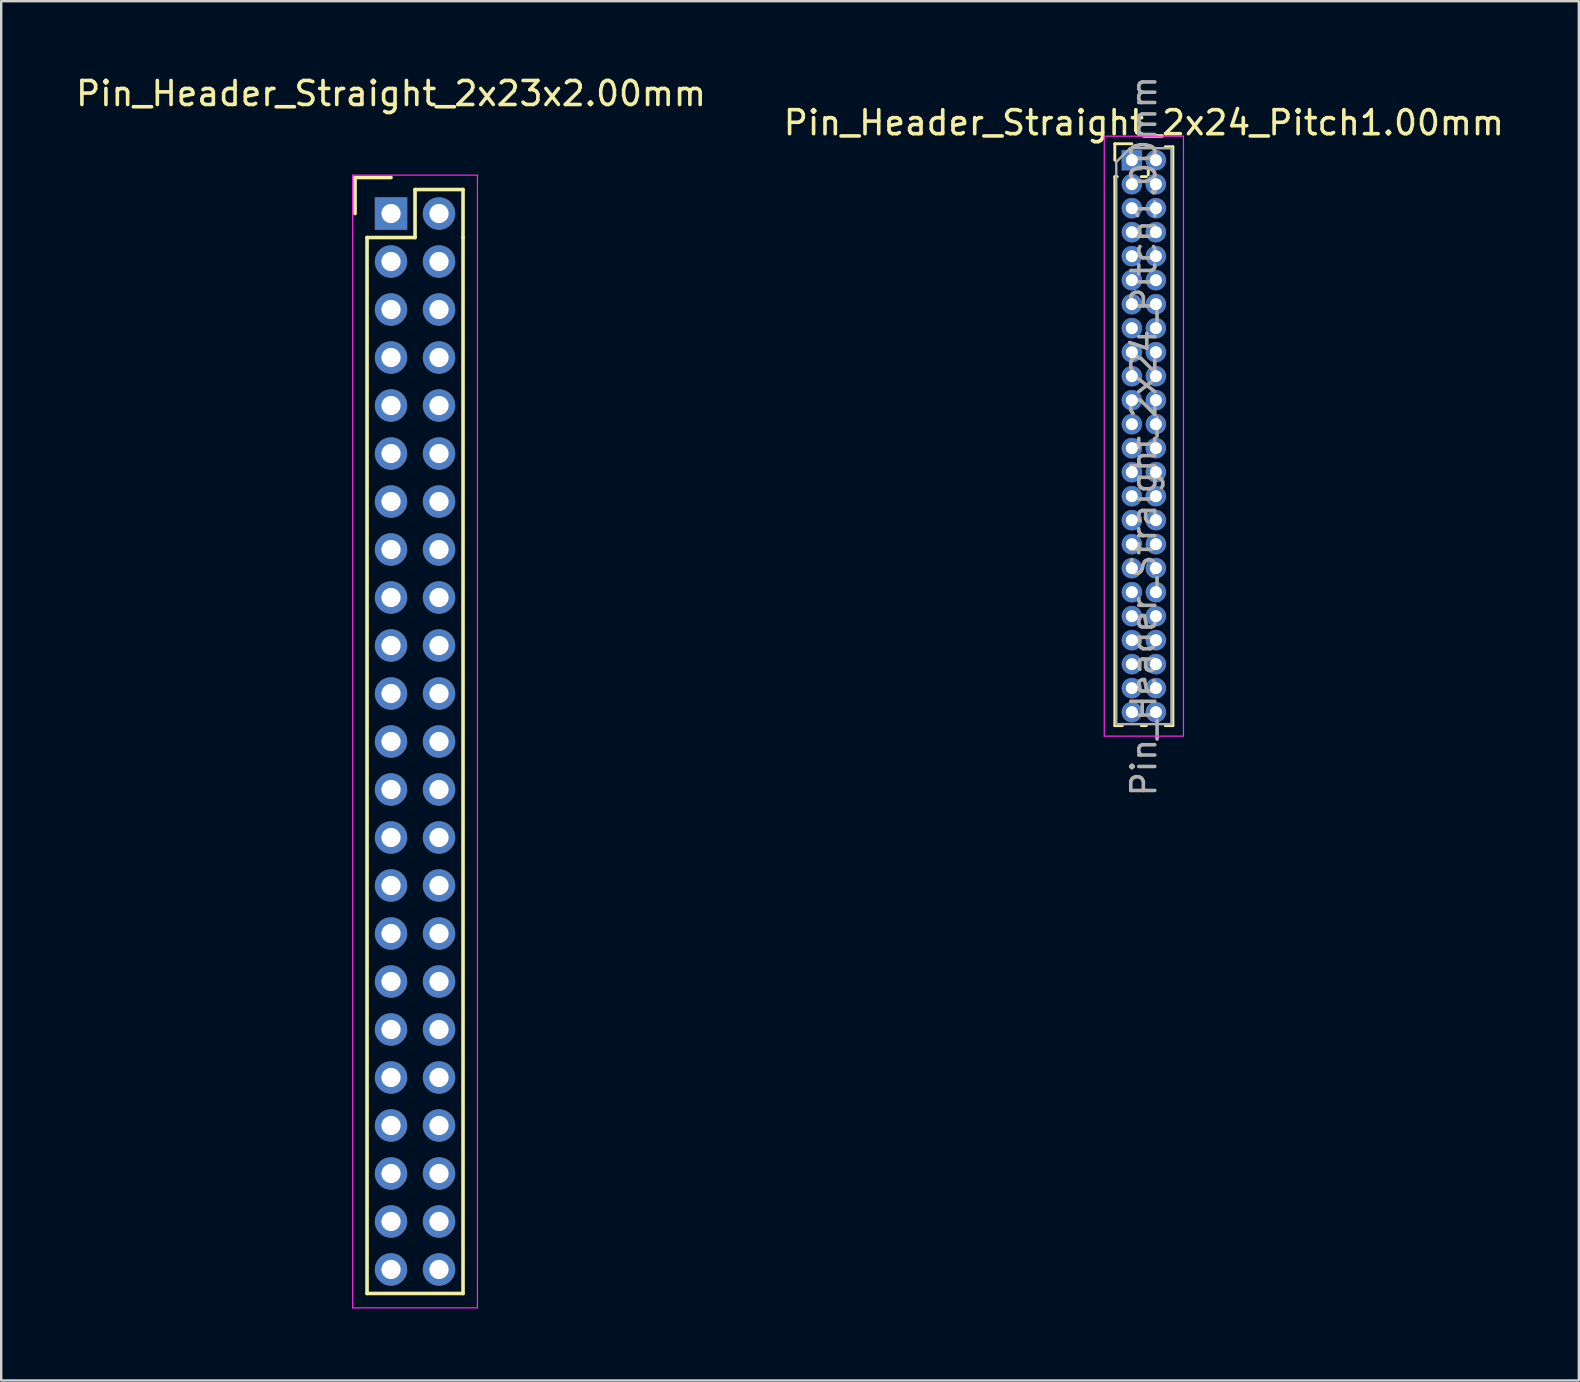
<source format=kicad_pcb>
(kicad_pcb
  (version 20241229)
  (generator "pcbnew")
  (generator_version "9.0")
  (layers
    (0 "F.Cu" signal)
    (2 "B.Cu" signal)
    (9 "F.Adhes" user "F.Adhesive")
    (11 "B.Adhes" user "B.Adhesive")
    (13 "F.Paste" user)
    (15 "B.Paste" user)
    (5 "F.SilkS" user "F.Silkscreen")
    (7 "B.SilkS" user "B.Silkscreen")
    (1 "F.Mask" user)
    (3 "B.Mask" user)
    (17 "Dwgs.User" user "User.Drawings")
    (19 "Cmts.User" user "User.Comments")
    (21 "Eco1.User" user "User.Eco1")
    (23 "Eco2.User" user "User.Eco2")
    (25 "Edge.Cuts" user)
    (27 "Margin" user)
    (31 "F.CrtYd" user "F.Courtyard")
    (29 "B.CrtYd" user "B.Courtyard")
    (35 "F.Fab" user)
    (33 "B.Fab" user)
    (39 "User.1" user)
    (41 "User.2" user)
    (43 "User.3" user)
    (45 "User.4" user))
  (footprint "Pin_Header_Straight_2x24_Pitch1.00mm"
    (layer "F.Cu")
    (at 44.113 3.625)
    (property "Reference" "Pin_Header_Straight_2x24_Pitch1.00mm" (at 0.5 -1.56 0) (layer "F.SilkS") (effects (font (size 1 1) (thickness 0.15))))
    (attr through_hole)
    (fp_line (start -0.71 -0.685) (end 0 -0.685) (stroke (width 0.12) (type solid)) (layer "F.SilkS"))
    (fp_line (start -0.71 0) (end -0.71 -0.685) (stroke (width 0.12) (type solid)) (layer "F.SilkS"))
    (fp_line (start -0.71 0.685) (end -0.71 23.56) (stroke (width 0.12) (type solid)) (layer "F.SilkS"))
    (fp_line (start -0.71 0.685) (end -0.608 0.685) (stroke (width 0.12) (type solid)) (layer "F.SilkS"))
    (fp_line (start -0.71 23.56) (end -0.394 23.56) (stroke (width 0.12) (type solid)) (layer "F.SilkS"))
    (fp_line (start 0.394 23.56) (end 0.606 23.56) (stroke (width 0.12) (type solid)) (layer "F.SilkS"))
    (fp_line (start 0.608 0.685) (end 0.392 0.685) (stroke (width 0.12) (type solid)) (layer "F.SilkS"))
    (fp_line (start 0.685 -0.608) (end 0.685 -0.56) (stroke (width 0.12) (type solid)) (layer "F.SilkS"))
    (fp_line (start 0.685 -0.56) (end 0.606 -0.56) (stroke (width 0.12) (type solid)) (layer "F.SilkS"))
    (fp_line (start 0.685 0.392) (end 0.685 0.608) (stroke (width 0.12) (type solid)) (layer "F.SilkS"))
    (fp_line (start 1.394 -0.56) (end 1.71 -0.56) (stroke (width 0.12) (type solid)) (layer "F.SilkS"))
    (fp_line (start 1.394 23.56) (end 1.71 23.56) (stroke (width 0.12) (type solid)) (layer "F.SilkS"))
    (fp_line (start 1.71 -0.56) (end 1.71 23.56) (stroke (width 0.12) (type solid)) (layer "F.SilkS"))
    (fp_line (start -1.15 -1) (end -1.15 24) (stroke (width 0.05) (type solid)) (layer "F.CrtYd"))
    (fp_line (start -1.15 24) (end 2.15 24) (stroke (width 0.05) (type solid)) (layer "F.CrtYd"))
    (fp_line (start 2.15 -1) (end -1.15 -1) (stroke (width 0.05) (type solid)) (layer "F.CrtYd"))
    (fp_line (start 2.15 24) (end 2.15 -1) (stroke (width 0.05) (type solid)) (layer "F.CrtYd"))
    (fp_line (start -0.65 0.075) (end -0.075 -0.5) (stroke (width 0.1) (type solid)) (layer "F.Fab"))
    (fp_line (start -0.65 23.5) (end -0.65 0.075) (stroke (width 0.1) (type solid)) (layer "F.Fab"))
    (fp_line (start -0.075 -0.5) (end 1.65 -0.5) (stroke (width 0.1) (type solid)) (layer "F.Fab"))
    (fp_line (start 1.65 -0.5) (end 1.65 23.5) (stroke (width 0.1) (type solid)) (layer "F.Fab"))
    (fp_line (start 1.65 23.5) (end -0.65 23.5) (stroke (width 0.1) (type solid)) (layer "F.Fab"))
    (fp_text user "${REFERENCE}" (at 0.5 11.5 90) (layer "F.Fab") (effects (font (size 1 1) (thickness 0.15))))
    (pad "1" thru_hole rect (at 0 0) (size 0.85 0.85) (drill 0.5) (layers "*.Cu" "*.Mask"))
    (pad "2" thru_hole oval (at 1 0) (size 0.85 0.85) (drill 0.5) (layers "*.Cu" "*.Mask"))
    (pad "3" thru_hole oval (at 0 1) (size 0.85 0.85) (drill 0.5) (layers "*.Cu" "*.Mask"))
    (pad "4" thru_hole oval (at 1 1) (size 0.85 0.85) (drill 0.5) (layers "*.Cu" "*.Mask"))
    (pad "5" thru_hole oval (at 0 2) (size 0.85 0.85) (drill 0.5) (layers "*.Cu" "*.Mask"))
    (pad "6" thru_hole oval (at 1 2) (size 0.85 0.85) (drill 0.5) (layers "*.Cu" "*.Mask"))
    (pad "7" thru_hole oval (at 0 3) (size 0.85 0.85) (drill 0.5) (layers "*.Cu" "*.Mask"))
    (pad "8" thru_hole oval (at 1 3) (size 0.85 0.85) (drill 0.5) (layers "*.Cu" "*.Mask"))
    (pad "9" thru_hole oval (at 0 4) (size 0.85 0.85) (drill 0.5) (layers "*.Cu" "*.Mask"))
    (pad "10" thru_hole oval (at 1 4) (size 0.85 0.85) (drill 0.5) (layers "*.Cu" "*.Mask"))
    (pad "11" thru_hole oval (at 0 5) (size 0.85 0.85) (drill 0.5) (layers "*.Cu" "*.Mask"))
    (pad "12" thru_hole oval (at 1 5) (size 0.85 0.85) (drill 0.5) (layers "*.Cu" "*.Mask"))
    (pad "13" thru_hole oval (at 0 6) (size 0.85 0.85) (drill 0.5) (layers "*.Cu" "*.Mask"))
    (pad "14" thru_hole oval (at 1 6) (size 0.85 0.85) (drill 0.5) (layers "*.Cu" "*.Mask"))
    (pad "15" thru_hole oval (at 0 7) (size 0.85 0.85) (drill 0.5) (layers "*.Cu" "*.Mask"))
    (pad "16" thru_hole oval (at 1 7) (size 0.85 0.85) (drill 0.5) (layers "*.Cu" "*.Mask"))
    (pad "17" thru_hole oval (at 0 8) (size 0.85 0.85) (drill 0.5) (layers "*.Cu" "*.Mask"))
    (pad "18" thru_hole oval (at 1 8) (size 0.85 0.85) (drill 0.5) (layers "*.Cu" "*.Mask"))
    (pad "19" thru_hole oval (at 0 9) (size 0.85 0.85) (drill 0.5) (layers "*.Cu" "*.Mask"))
    (pad "20" thru_hole oval (at 1 9) (size 0.85 0.85) (drill 0.5) (layers "*.Cu" "*.Mask"))
    (pad "21" thru_hole oval (at 0 10) (size 0.85 0.85) (drill 0.5) (layers "*.Cu" "*.Mask"))
    (pad "22" thru_hole oval (at 1 10) (size 0.85 0.85) (drill 0.5) (layers "*.Cu" "*.Mask"))
    (pad "23" thru_hole oval (at 0 11) (size 0.85 0.85) (drill 0.5) (layers "*.Cu" "*.Mask"))
    (pad "24" thru_hole oval (at 1 11) (size 0.85 0.85) (drill 0.5) (layers "*.Cu" "*.Mask"))
    (pad "25" thru_hole oval (at 0 12) (size 0.85 0.85) (drill 0.5) (layers "*.Cu" "*.Mask"))
    (pad "26" thru_hole oval (at 1 12) (size 0.85 0.85) (drill 0.5) (layers "*.Cu" "*.Mask"))
    (pad "27" thru_hole oval (at 0 13) (size 0.85 0.85) (drill 0.5) (layers "*.Cu" "*.Mask"))
    (pad "28" thru_hole oval (at 1 13) (size 0.85 0.85) (drill 0.5) (layers "*.Cu" "*.Mask"))
    (pad "29" thru_hole oval (at 0 14) (size 0.85 0.85) (drill 0.5) (layers "*.Cu" "*.Mask"))
    (pad "30" thru_hole oval (at 1 14) (size 0.85 0.85) (drill 0.5) (layers "*.Cu" "*.Mask"))
    (pad "31" thru_hole oval (at 0 15) (size 0.85 0.85) (drill 0.5) (layers "*.Cu" "*.Mask"))
    (pad "32" thru_hole oval (at 1 15) (size 0.85 0.85) (drill 0.5) (layers "*.Cu" "*.Mask"))
    (pad "33" thru_hole oval (at 0 16) (size 0.85 0.85) (drill 0.5) (layers "*.Cu" "*.Mask"))
    (pad "34" thru_hole oval (at 1 16) (size 0.85 0.85) (drill 0.5) (layers "*.Cu" "*.Mask"))
    (pad "35" thru_hole oval (at 0 17) (size 0.85 0.85) (drill 0.5) (layers "*.Cu" "*.Mask"))
    (pad "36" thru_hole oval (at 1 17) (size 0.85 0.85) (drill 0.5) (layers "*.Cu" "*.Mask"))
    (pad "37" thru_hole oval (at 0 18) (size 0.85 0.85) (drill 0.5) (layers "*.Cu" "*.Mask"))
    (pad "38" thru_hole oval (at 1 18) (size 0.85 0.85) (drill 0.5) (layers "*.Cu" "*.Mask"))
    (pad "39" thru_hole oval (at 0 19) (size 0.85 0.85) (drill 0.5) (layers "*.Cu" "*.Mask"))
    (pad "40" thru_hole oval (at 1 19) (size 0.85 0.85) (drill 0.5) (layers "*.Cu" "*.Mask"))
    (pad "41" thru_hole oval (at 0 20) (size 0.85 0.85) (drill 0.5) (layers "*.Cu" "*.Mask"))
    (pad "42" thru_hole oval (at 1 20) (size 0.85 0.85) (drill 0.5) (layers "*.Cu" "*.Mask"))
    (pad "43" thru_hole oval (at 0 21) (size 0.85 0.85) (drill 0.5) (layers "*.Cu" "*.Mask"))
    (pad "44" thru_hole oval (at 1 21) (size 0.85 0.85) (drill 0.5) (layers "*.Cu" "*.Mask"))
    (pad "45" thru_hole oval (at 0 22) (size 0.85 0.85) (drill 0.5) (layers "*.Cu" "*.Mask"))
    (pad "46" thru_hole oval (at 1 22) (size 0.85 0.85) (drill 0.5) (layers "*.Cu" "*.Mask"))
    (pad "47" thru_hole oval (at 0 23) (size 0.85 0.85) (drill 0.5) (layers "*.Cu" "*.Mask"))
    (pad "48" thru_hole oval (at 1 23) (size 0.85 0.85) (drill 0.5) (layers "*.Cu" "*.Mask")))
  (footprint "Pin_Header_Straight_2x23x2.00mm"
    (layer "F.Cu")
    (at 13.244 5.848)
    (property "Reference" "Pin_Header_Straight_2x23x2.00mm" (at 0 -5 0) (layer "F.SilkS") (effects (font (size 1 1) (thickness 0.15))))
    (attr through_hole)
    (fp_line (start -1.5 -1.5) (end 0 -1.5) (stroke (width 0.15) (type solid)) (layer "F.SilkS"))
    (fp_line (start -1.5 0) (end -1.5 -1.5) (stroke (width 0.15) (type solid)) (layer "F.SilkS"))
    (fp_line (start -1 1) (end 1 1) (stroke (width 0.15) (type solid)) (layer "F.SilkS"))
    (fp_line (start -1 45) (end -1 1) (stroke (width 0.15) (type solid)) (layer "F.SilkS"))
    (fp_line (start 1 -1) (end 3 -1) (stroke (width 0.15) (type solid)) (layer "F.SilkS"))
    (fp_line (start 1 1) (end 1 -1) (stroke (width 0.15) (type solid)) (layer "F.SilkS"))
    (fp_line (start 3 -1) (end 3 1) (stroke (width 0.15) (type solid)) (layer "F.SilkS"))
    (fp_line (start 3 1) (end 3 45) (stroke (width 0.15) (type solid)) (layer "F.SilkS"))
    (fp_line (start 3 45) (end -1 45) (stroke (width 0.15) (type solid)) (layer "F.SilkS"))
    (fp_line (start -1.6 -1.6) (end 3.6 -1.6) (stroke (width 0.05) (type solid)) (layer "F.CrtYd"))
    (fp_line (start -1.6 45.6) (end -1.6 -1.6) (stroke (width 0.05) (type solid)) (layer "F.CrtYd"))
    (fp_line (start 3.6 -1.6) (end 3.6 45.6) (stroke (width 0.05) (type solid)) (layer "F.CrtYd"))
    (fp_line (start 3.6 45.6) (end -1.6 45.6) (stroke (width 0.05) (type solid)) (layer "F.CrtYd"))
    (pad "1" thru_hole rect (at 0 0) (size 1.35 1.35) (drill 0.8) (layers "*.Cu" "*.Mask"))
    (pad "2" thru_hole circle (at 2 0) (size 1.35 1.35) (drill 0.8) (layers "*.Cu" "*.Mask"))
    (pad "3" thru_hole circle (at 0 2) (size 1.35 1.35) (drill 0.8) (layers "*.Cu" "*.Mask"))
    (pad "4" thru_hole circle (at 2 2) (size 1.35 1.35) (drill 0.8) (layers "*.Cu" "*.Mask"))
    (pad "5" thru_hole circle (at 0 4) (size 1.35 1.35) (drill 0.8) (layers "*.Cu" "*.Mask"))
    (pad "6" thru_hole circle (at 2 4) (size 1.35 1.35) (drill 0.8) (layers "*.Cu" "*.Mask"))
    (pad "7" thru_hole circle (at 0 6) (size 1.35 1.35) (drill 0.8) (layers "*.Cu" "*.Mask"))
    (pad "8" thru_hole circle (at 2 6) (size 1.35 1.35) (drill 0.8) (layers "*.Cu" "*.Mask"))
    (pad "9" thru_hole circle (at 0 8) (size 1.35 1.35) (drill 0.8) (layers "*.Cu" "*.Mask"))
    (pad "10" thru_hole circle (at 2 8) (size 1.35 1.35) (drill 0.8) (layers "*.Cu" "*.Mask"))
    (pad "11" thru_hole circle (at 0 10) (size 1.35 1.35) (drill 0.8) (layers "*.Cu" "*.Mask"))
    (pad "12" thru_hole circle (at 2 10) (size 1.35 1.35) (drill 0.8) (layers "*.Cu" "*.Mask"))
    (pad "13" thru_hole circle (at 0 12) (size 1.35 1.35) (drill 0.8) (layers "*.Cu" "*.Mask"))
    (pad "14" thru_hole circle (at 2 12) (size 1.35 1.35) (drill 0.8) (layers "*.Cu" "*.Mask"))
    (pad "15" thru_hole circle (at 0 14) (size 1.35 1.35) (drill 0.8) (layers "*.Cu" "*.Mask"))
    (pad "16" thru_hole circle (at 2 14) (size 1.35 1.35) (drill 0.8) (layers "*.Cu" "*.Mask"))
    (pad "17" thru_hole circle (at 0 16) (size 1.35 1.35) (drill 0.8) (layers "*.Cu" "*.Mask"))
    (pad "18" thru_hole circle (at 2 16) (size 1.35 1.35) (drill 0.8) (layers "*.Cu" "*.Mask"))
    (pad "19" thru_hole circle (at 0 18) (size 1.35 1.35) (drill 0.8) (layers "*.Cu" "*.Mask"))
    (pad "20" thru_hole circle (at 2 18) (size 1.35 1.35) (drill 0.8) (layers "*.Cu" "*.Mask"))
    (pad "21" thru_hole circle (at 0 20) (size 1.35 1.35) (drill 0.8) (layers "*.Cu" "*.Mask"))
    (pad "22" thru_hole circle (at 2 20) (size 1.35 1.35) (drill 0.8) (layers "*.Cu" "*.Mask"))
    (pad "23" thru_hole circle (at 0 22) (size 1.35 1.35) (drill 0.8) (layers "*.Cu" "*.Mask"))
    (pad "24" thru_hole circle (at 2 22) (size 1.35 1.35) (drill 0.8) (layers "*.Cu" "*.Mask"))
    (pad "25" thru_hole circle (at 0 24) (size 1.35 1.35) (drill 0.8) (layers "*.Cu" "*.Mask"))
    (pad "26" thru_hole circle (at 2 24) (size 1.35 1.35) (drill 0.8) (layers "*.Cu" "*.Mask"))
    (pad "27" thru_hole circle (at 0 26) (size 1.35 1.35) (drill 0.8) (layers "*.Cu" "*.Mask"))
    (pad "28" thru_hole circle (at 2 26) (size 1.35 1.35) (drill 0.8) (layers "*.Cu" "*.Mask"))
    (pad "29" thru_hole circle (at 0 28) (size 1.35 1.35) (drill 0.8) (layers "*.Cu" "*.Mask"))
    (pad "30" thru_hole circle (at 2 28) (size 1.35 1.35) (drill 0.8) (layers "*.Cu" "*.Mask"))
    (pad "31" thru_hole circle (at 0 30) (size 1.35 1.35) (drill 0.8) (layers "*.Cu" "*.Mask"))
    (pad "32" thru_hole circle (at 2 30) (size 1.35 1.35) (drill 0.8) (layers "*.Cu" "*.Mask"))
    (pad "33" thru_hole circle (at 0 32) (size 1.35 1.35) (drill 0.8) (layers "*.Cu" "*.Mask"))
    (pad "34" thru_hole circle (at 2 32) (size 1.35 1.35) (drill 0.8) (layers "*.Cu" "*.Mask"))
    (pad "35" thru_hole circle (at 0 34) (size 1.35 1.35) (drill 0.8) (layers "*.Cu" "*.Mask"))
    (pad "36" thru_hole circle (at 2 34) (size 1.35 1.35) (drill 0.8) (layers "*.Cu" "*.Mask"))
    (pad "37" thru_hole circle (at 0 36) (size 1.35 1.35) (drill 0.8) (layers "*.Cu" "*.Mask"))
    (pad "38" thru_hole circle (at 2 36) (size 1.35 1.35) (drill 0.8) (layers "*.Cu" "*.Mask"))
    (pad "39" thru_hole circle (at 0 38) (size 1.35 1.35) (drill 0.8) (layers "*.Cu" "*.Mask"))
    (pad "40" thru_hole circle (at 2 38) (size 1.35 1.35) (drill 0.8) (layers "*.Cu" "*.Mask"))
    (pad "41" thru_hole circle (at 0 40) (size 1.35 1.35) (drill 0.8) (layers "*.Cu" "*.Mask"))
    (pad "42" thru_hole circle (at 2 40) (size 1.35 1.35) (drill 0.8) (layers "*.Cu" "*.Mask"))
    (pad "43" thru_hole circle (at 0 42) (size 1.35 1.35) (drill 0.8) (layers "*.Cu" "*.Mask"))
    (pad "44" thru_hole circle (at 2 42) (size 1.35 1.35) (drill 0.8) (layers "*.Cu" "*.Mask"))
    (pad "45" thru_hole circle (at 0 44) (size 1.35 1.35) (drill 0.8) (layers "*.Cu" "*.Mask"))
    (pad "46" thru_hole circle (at 2 44) (size 1.35 1.35) (drill 0.8) (layers "*.Cu" "*.Mask")))
  (gr_rect
    (start -3 -3)
    (end 62.738 54.473)
    (stroke (width 0.1) (type default))
    (fill no)
    (layer "Edge.Cuts")))
</source>
